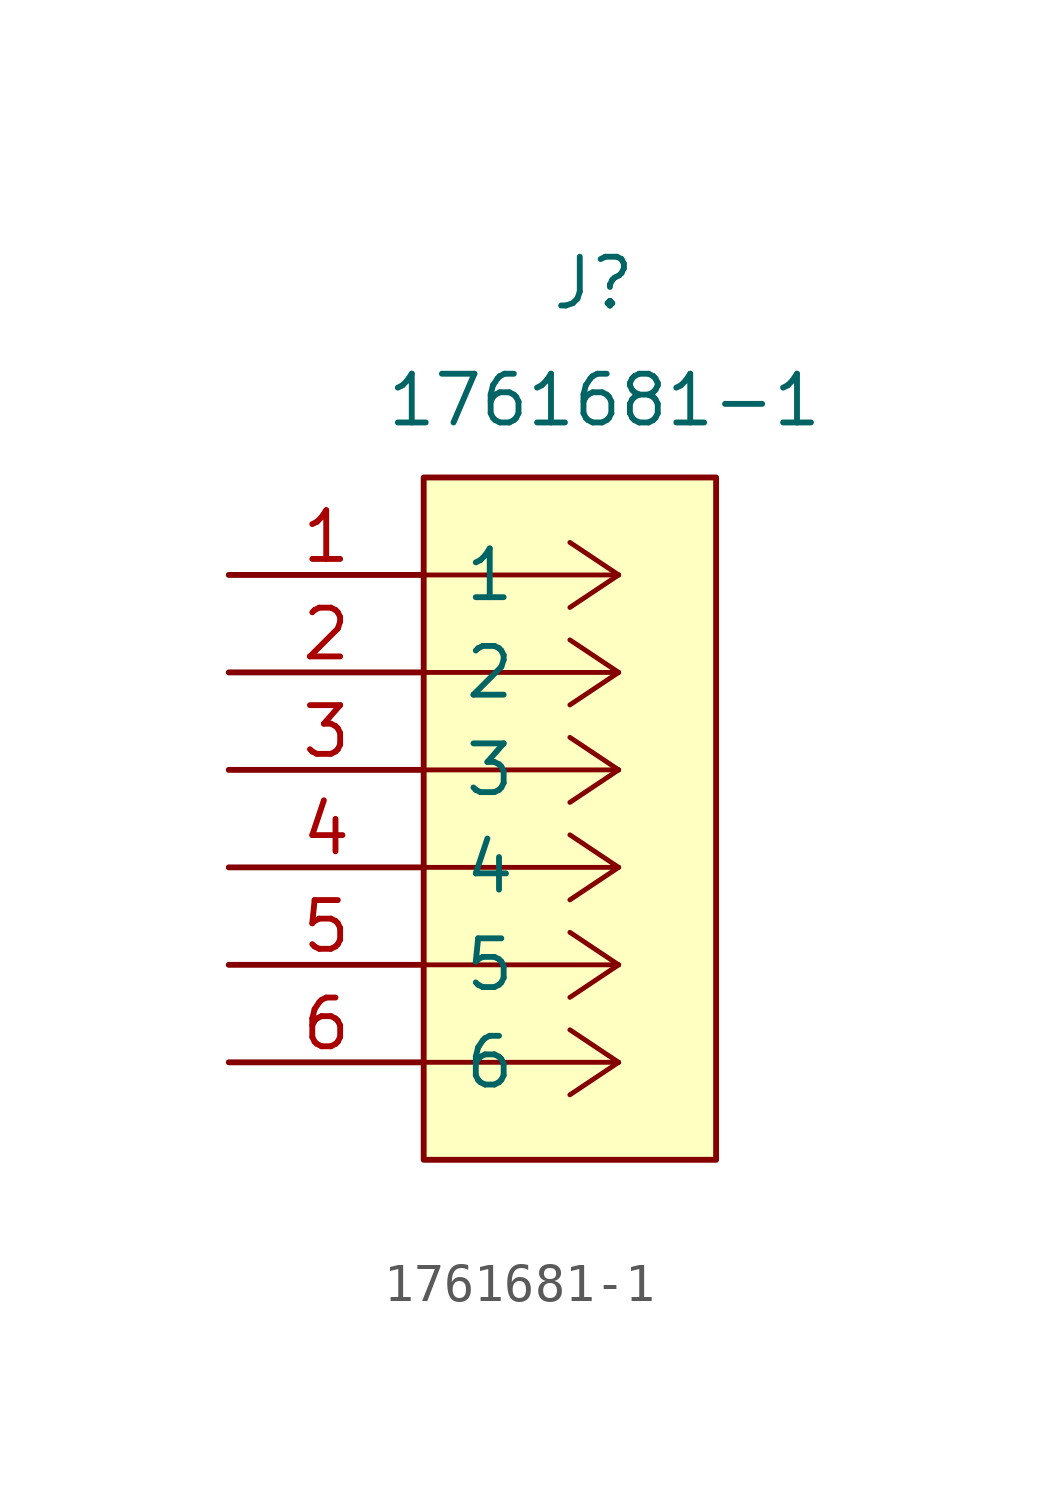
<source format=kicad_sym>
(kicad_symbol_lib
  (version 20241209)
  (generator "kicad_symbol_editor")
  (generator_version "9.0")
  (symbol "1761681-1"
    (pin_names
      (offset 1.016))
    (property "Reference" "J"
      (at 8.382 6.858 0)
      (effects (font (size 1.27 1.27)) (justify left bottom)))
    (property "Value" "1761681-1"
      (at 4.064 3.81 0)
      (effects (font (size 1.27 1.27)) (justify left bottom)))
    (symbol "1761681-1_0_1"
      (polyline (pts (xy 10.16 0) (xy 5.08 0)) (stroke (width 0.127) (type default)) (fill (type none)))
      (polyline (pts (xy 10.16 0) (xy 8.89 0.847)) (stroke (width 0.127) (type default)) (fill (type none)))
      (polyline (pts (xy 10.16 0) (xy 8.89 -0.847)) (stroke (width 0.127) (type default)) (fill (type none)))
      (polyline (pts (xy 10.16 -2.54) (xy 5.08 -2.54)) (stroke (width 0.127) (type default)) (fill (type none)))
      (polyline (pts (xy 10.16 -2.54) (xy 8.89 -1.693)) (stroke (width 0.127) (type default)) (fill (type none)))
      (polyline (pts (xy 10.16 -2.54) (xy 8.89 -3.387)) (stroke (width 0.127) (type default)) (fill (type none)))
      (polyline (pts (xy 10.16 -5.08) (xy 5.08 -5.08)) (stroke (width 0.127) (type default)) (fill (type none)))
      (polyline (pts (xy 10.16 -5.08) (xy 8.89 -4.233)) (stroke (width 0.127) (type default)) (fill (type none)))
      (polyline (pts (xy 10.16 -5.08) (xy 8.89 -5.927)) (stroke (width 0.127) (type default)) (fill (type none)))
      (polyline (pts (xy 10.16 -7.62) (xy 5.08 -7.62)) (stroke (width 0.127) (type default)) (fill (type none)))
      (polyline (pts (xy 10.16 -7.62) (xy 8.89 -6.773)) (stroke (width 0.127) (type default)) (fill (type none)))
      (polyline (pts (xy 10.16 -7.62) (xy 8.89 -8.467)) (stroke (width 0.127) (type default)) (fill (type none)))
      (polyline (pts (xy 10.16 -10.16) (xy 5.08 -10.16)) (stroke (width 0.127) (type default)) (fill (type none)))
      (polyline (pts (xy 10.16 -10.16) (xy 8.89 -9.313)) (stroke (width 0.127) (type default)) (fill (type none)))
      (polyline (pts (xy 10.16 -10.16) (xy 8.89 -11.007)) (stroke (width 0.127) (type default)) (fill (type none)))
      (polyline (pts (xy 10.16 -12.7) (xy 5.08 -12.7)) (stroke (width 0.127) (type default)) (fill (type none)))
      (polyline (pts (xy 10.16 -12.7) (xy 8.89 -11.853)) (stroke (width 0.127) (type default)) (fill (type none)))
      (polyline (pts (xy 10.16 -12.7) (xy 8.89 -13.547)) (stroke (width 0.127) (type default)) (fill (type none)))
      (pin unspecified line (at 0 0 0) (length 5.08) (name "1" (effects (font (size 1.27 1.27)))) (number "1" (effects (font (size 1.27 1.27)))))
      (pin unspecified line (at 0 -2.54 0) (length 5.08) (name "2" (effects (font (size 1.27 1.27)))) (number "2" (effects (font (size 1.27 1.27)))))
      (pin unspecified line (at 0 -5.08 0) (length 5.08) (name "3" (effects (font (size 1.27 1.27)))) (number "3" (effects (font (size 1.27 1.27)))))
      (pin unspecified line (at 0 -7.62 0) (length 5.08) (name "4" (effects (font (size 1.27 1.27)))) (number "4" (effects (font (size 1.27 1.27)))))
      (pin unspecified line (at 0 -10.16 0) (length 5.08) (name "5" (effects (font (size 1.27 1.27)))) (number "5" (effects (font (size 1.27 1.27)))))
      (pin unspecified line (at 0 -12.7 0) (length 5.08) (name "6" (effects (font (size 1.27 1.27)))) (number "6" (effects (font (size 1.27 1.27))))))
    (symbol "1761681-1_1_1"
      (rectangle (start 5.08 2.54) (end 12.7 -15.24) (stroke (width 0) (type solid)) (fill (type background))))))
</source>
